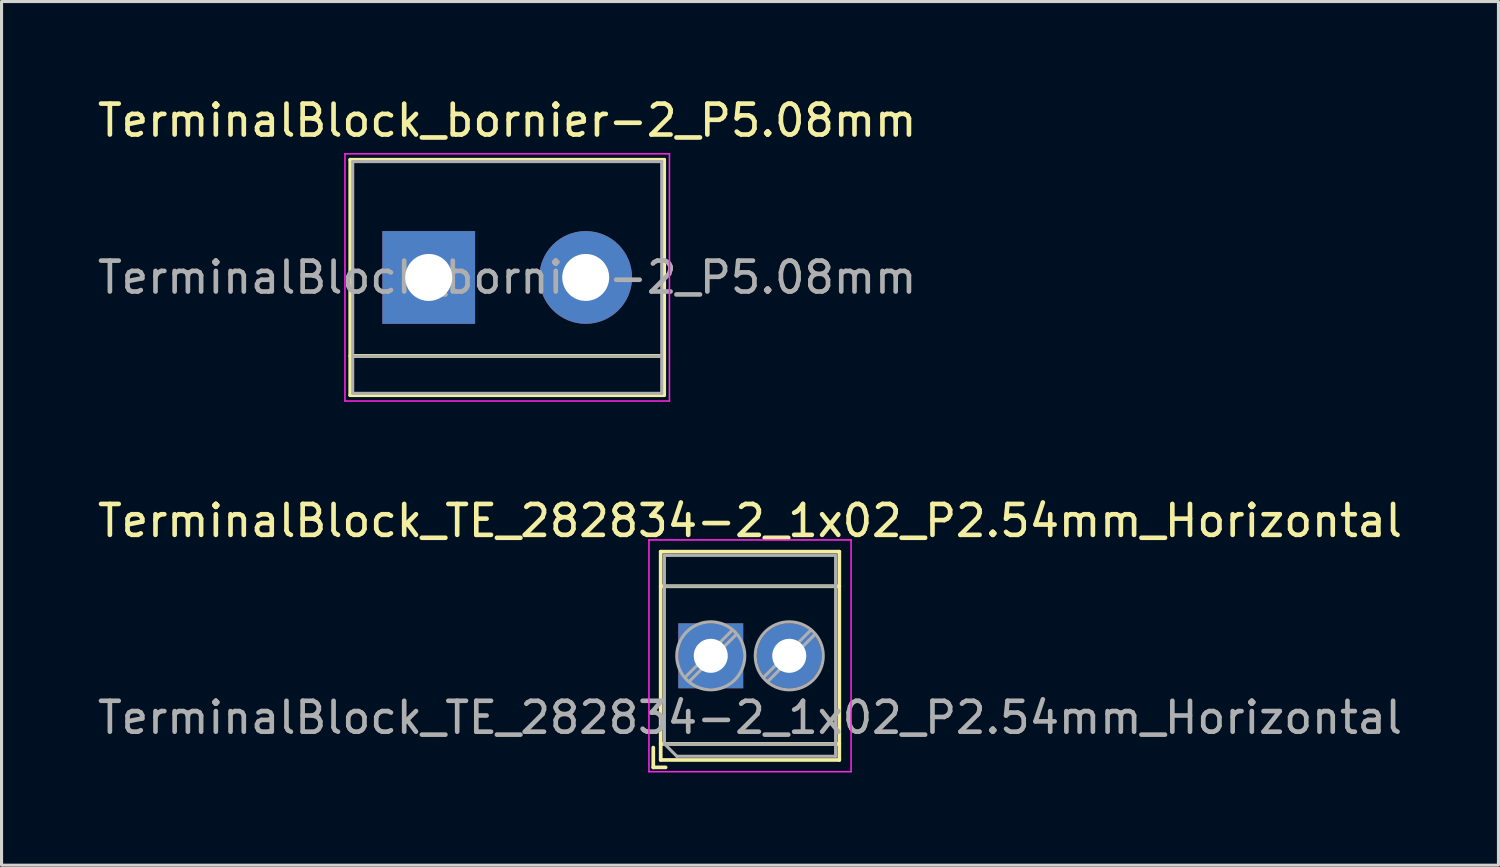
<source format=kicad_pcb>
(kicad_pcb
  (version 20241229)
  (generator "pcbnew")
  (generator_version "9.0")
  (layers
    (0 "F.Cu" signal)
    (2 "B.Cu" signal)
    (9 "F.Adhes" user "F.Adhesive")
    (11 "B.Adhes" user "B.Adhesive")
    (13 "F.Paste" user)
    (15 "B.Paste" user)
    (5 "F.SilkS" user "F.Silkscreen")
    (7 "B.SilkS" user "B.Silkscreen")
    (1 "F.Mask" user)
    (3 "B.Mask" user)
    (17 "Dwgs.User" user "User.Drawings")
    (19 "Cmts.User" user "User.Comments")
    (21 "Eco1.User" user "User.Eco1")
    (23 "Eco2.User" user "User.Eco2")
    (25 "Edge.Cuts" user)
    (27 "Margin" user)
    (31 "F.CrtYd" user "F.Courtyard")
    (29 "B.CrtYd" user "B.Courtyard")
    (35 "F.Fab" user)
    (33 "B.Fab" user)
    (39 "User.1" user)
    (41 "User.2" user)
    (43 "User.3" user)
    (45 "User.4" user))
  (footprint "TerminalBlock_TE_282834-2_1x02_P2.54mm_Horizontal"
    (layer "F.Cu")
    (at 19.95 18.172)
    (property "Reference" "TerminalBlock_TE_282834-2_1x02_P2.54mm_Horizontal" (at 1.27 -4.37 0) (layer "F.SilkS") (effects (font (size 1 1) (thickness 0.15))))
    (attr through_hole)
    (fp_line (start -1.86 2.97) (end -1.86 3.61) (stroke (width 0.12) (type solid)) (layer "F.SilkS"))
    (fp_line (start -1.86 3.61) (end -1.46 3.61) (stroke (width 0.12) (type solid)) (layer "F.SilkS"))
    (fp_line (start -1.62 -3.37) (end -1.62 3.37) (stroke (width 0.12) (type solid)) (layer "F.SilkS"))
    (fp_line (start -1.62 -3.37) (end 4.16 -3.37) (stroke (width 0.12) (type solid)) (layer "F.SilkS"))
    (fp_line (start -1.62 -2.25) (end 4.16 -2.25) (stroke (width 0.12) (type solid)) (layer "F.SilkS"))
    (fp_line (start -1.62 2.85) (end 4.16 2.85) (stroke (width 0.12) (type solid)) (layer "F.SilkS"))
    (fp_line (start -1.62 3.37) (end 4.16 3.37) (stroke (width 0.12) (type solid)) (layer "F.SilkS"))
    (fp_line (start 4.16 -3.37) (end 4.16 3.37) (stroke (width 0.12) (type solid)) (layer "F.SilkS"))
    (fp_line (start -2 -3.75) (end -2 3.75) (stroke (width 0.05) (type solid)) (layer "F.CrtYd"))
    (fp_line (start -2 3.75) (end 4.54 3.75) (stroke (width 0.05) (type solid)) (layer "F.CrtYd"))
    (fp_line (start 4.54 -3.75) (end -2 -3.75) (stroke (width 0.05) (type solid)) (layer "F.CrtYd"))
    (fp_line (start 4.54 3.75) (end 4.54 -3.75) (stroke (width 0.05) (type solid)) (layer "F.CrtYd"))
    (fp_line (start -1.5 -3.25) (end 4.04 -3.25) (stroke (width 0.1) (type solid)) (layer "F.Fab"))
    (fp_line (start -1.5 -2.25) (end 4.04 -2.25) (stroke (width 0.1) (type solid)) (layer "F.Fab"))
    (fp_line (start -1.5 2.85) (end -1.5 -3.25) (stroke (width 0.1) (type solid)) (layer "F.Fab"))
    (fp_line (start -1.5 2.85) (end 4.04 2.85) (stroke (width 0.1) (type solid)) (layer "F.Fab"))
    (fp_line (start -1.1 3.25) (end -1.5 2.85) (stroke (width 0.1) (type solid)) (layer "F.Fab"))
    (fp_line (start 0.701 -0.835) (end -0.835 0.7) (stroke (width 0.1) (type solid)) (layer "F.Fab"))
    (fp_line (start 0.835 -0.7) (end -0.701 0.835) (stroke (width 0.1) (type solid)) (layer "F.Fab"))
    (fp_line (start 3.241 -0.835) (end 1.706 0.7) (stroke (width 0.1) (type solid)) (layer "F.Fab"))
    (fp_line (start 3.375 -0.7) (end 1.84 0.835) (stroke (width 0.1) (type solid)) (layer "F.Fab"))
    (fp_line (start 4.04 -3.25) (end 4.04 3.25) (stroke (width 0.1) (type solid)) (layer "F.Fab"))
    (fp_line (start 4.04 3.25) (end -1.1 3.25) (stroke (width 0.1) (type solid)) (layer "F.Fab"))
    (fp_circle (center 0 0) (end 1.1 0) (stroke (width 0.1) (type solid)) (fill no) (layer "F.Fab"))
    (fp_circle (center 2.54 0) (end 3.64 0) (stroke (width 0.1) (type solid)) (fill no) (layer "F.Fab"))
    (fp_text user "${REFERENCE}" (at 1.27 2 0) (layer "F.Fab") (effects (font (size 1 1) (thickness 0.15))))
    (pad "1" thru_hole rect (at 0 0) (size 2.1 2.1) (drill 1.1) (layers "*.Cu" "*.Mask"))
    (pad "2" thru_hole circle (at 2.54 0) (size 2.1 2.1) (drill 1.1) (layers "*.Cu" "*.Mask")))
  (footprint "TerminalBlock_bornier-2_P5.08mm"
    (layer "F.Cu")
    (at 10.823 5.928)
    (property "Reference" "TerminalBlock_bornier-2_P5.08mm" (at 2.54 -5.08 0) (layer "F.SilkS") (effects (font (size 1 1) (thickness 0.15))))
    (attr through_hole)
    (fp_line (start -2.54 -3.81) (end -2.54 3.81) (stroke (width 0.12) (type solid)) (layer "F.SilkS"))
    (fp_line (start -2.54 3.81) (end 7.62 3.81) (stroke (width 0.12) (type solid)) (layer "F.SilkS"))
    (fp_line (start 7.62 -3.81) (end -2.54 -3.81) (stroke (width 0.12) (type solid)) (layer "F.SilkS"))
    (fp_line (start 7.62 2.54) (end -2.54 2.54) (stroke (width 0.12) (type solid)) (layer "F.SilkS"))
    (fp_line (start 7.62 3.81) (end 7.62 -3.81) (stroke (width 0.12) (type solid)) (layer "F.SilkS"))
    (fp_line (start -2.71 -4) (end -2.71 4) (stroke (width 0.05) (type solid)) (layer "F.CrtYd"))
    (fp_line (start -2.71 -4) (end 7.79 -4) (stroke (width 0.05) (type solid)) (layer "F.CrtYd"))
    (fp_line (start 7.79 4) (end -2.71 4) (stroke (width 0.05) (type solid)) (layer "F.CrtYd"))
    (fp_line (start 7.79 4) (end 7.79 -4) (stroke (width 0.05) (type solid)) (layer "F.CrtYd"))
    (fp_line (start -2.46 -3.75) (end -2.46 3.75) (stroke (width 0.1) (type solid)) (layer "F.Fab"))
    (fp_line (start -2.46 3.75) (end 7.54 3.75) (stroke (width 0.1) (type solid)) (layer "F.Fab"))
    (fp_line (start -2.41 2.55) (end 7.49 2.55) (stroke (width 0.1) (type solid)) (layer "F.Fab"))
    (fp_line (start 7.54 -3.75) (end -2.46 -3.75) (stroke (width 0.1) (type solid)) (layer "F.Fab"))
    (fp_line (start 7.54 3.75) (end 7.54 -3.75) (stroke (width 0.1) (type solid)) (layer "F.Fab"))
    (fp_text user "${REFERENCE}" (at 2.54 0 0) (layer "F.Fab") (effects (font (size 1 1) (thickness 0.15))))
    (pad "1" thru_hole rect (at 0 0) (size 3 3) (drill 1.52) (layers "*.Cu" "*.Mask"))
    (pad "2" thru_hole circle (at 5.08 0) (size 3 3) (drill 1.52) (layers "*.Cu" "*.Mask")))
  (gr_rect
    (start -3 -3)
    (end 45.44 24.947)
    (stroke (width 0.1) (type default))
    (fill no)
    (layer "Edge.Cuts")))
</source>
